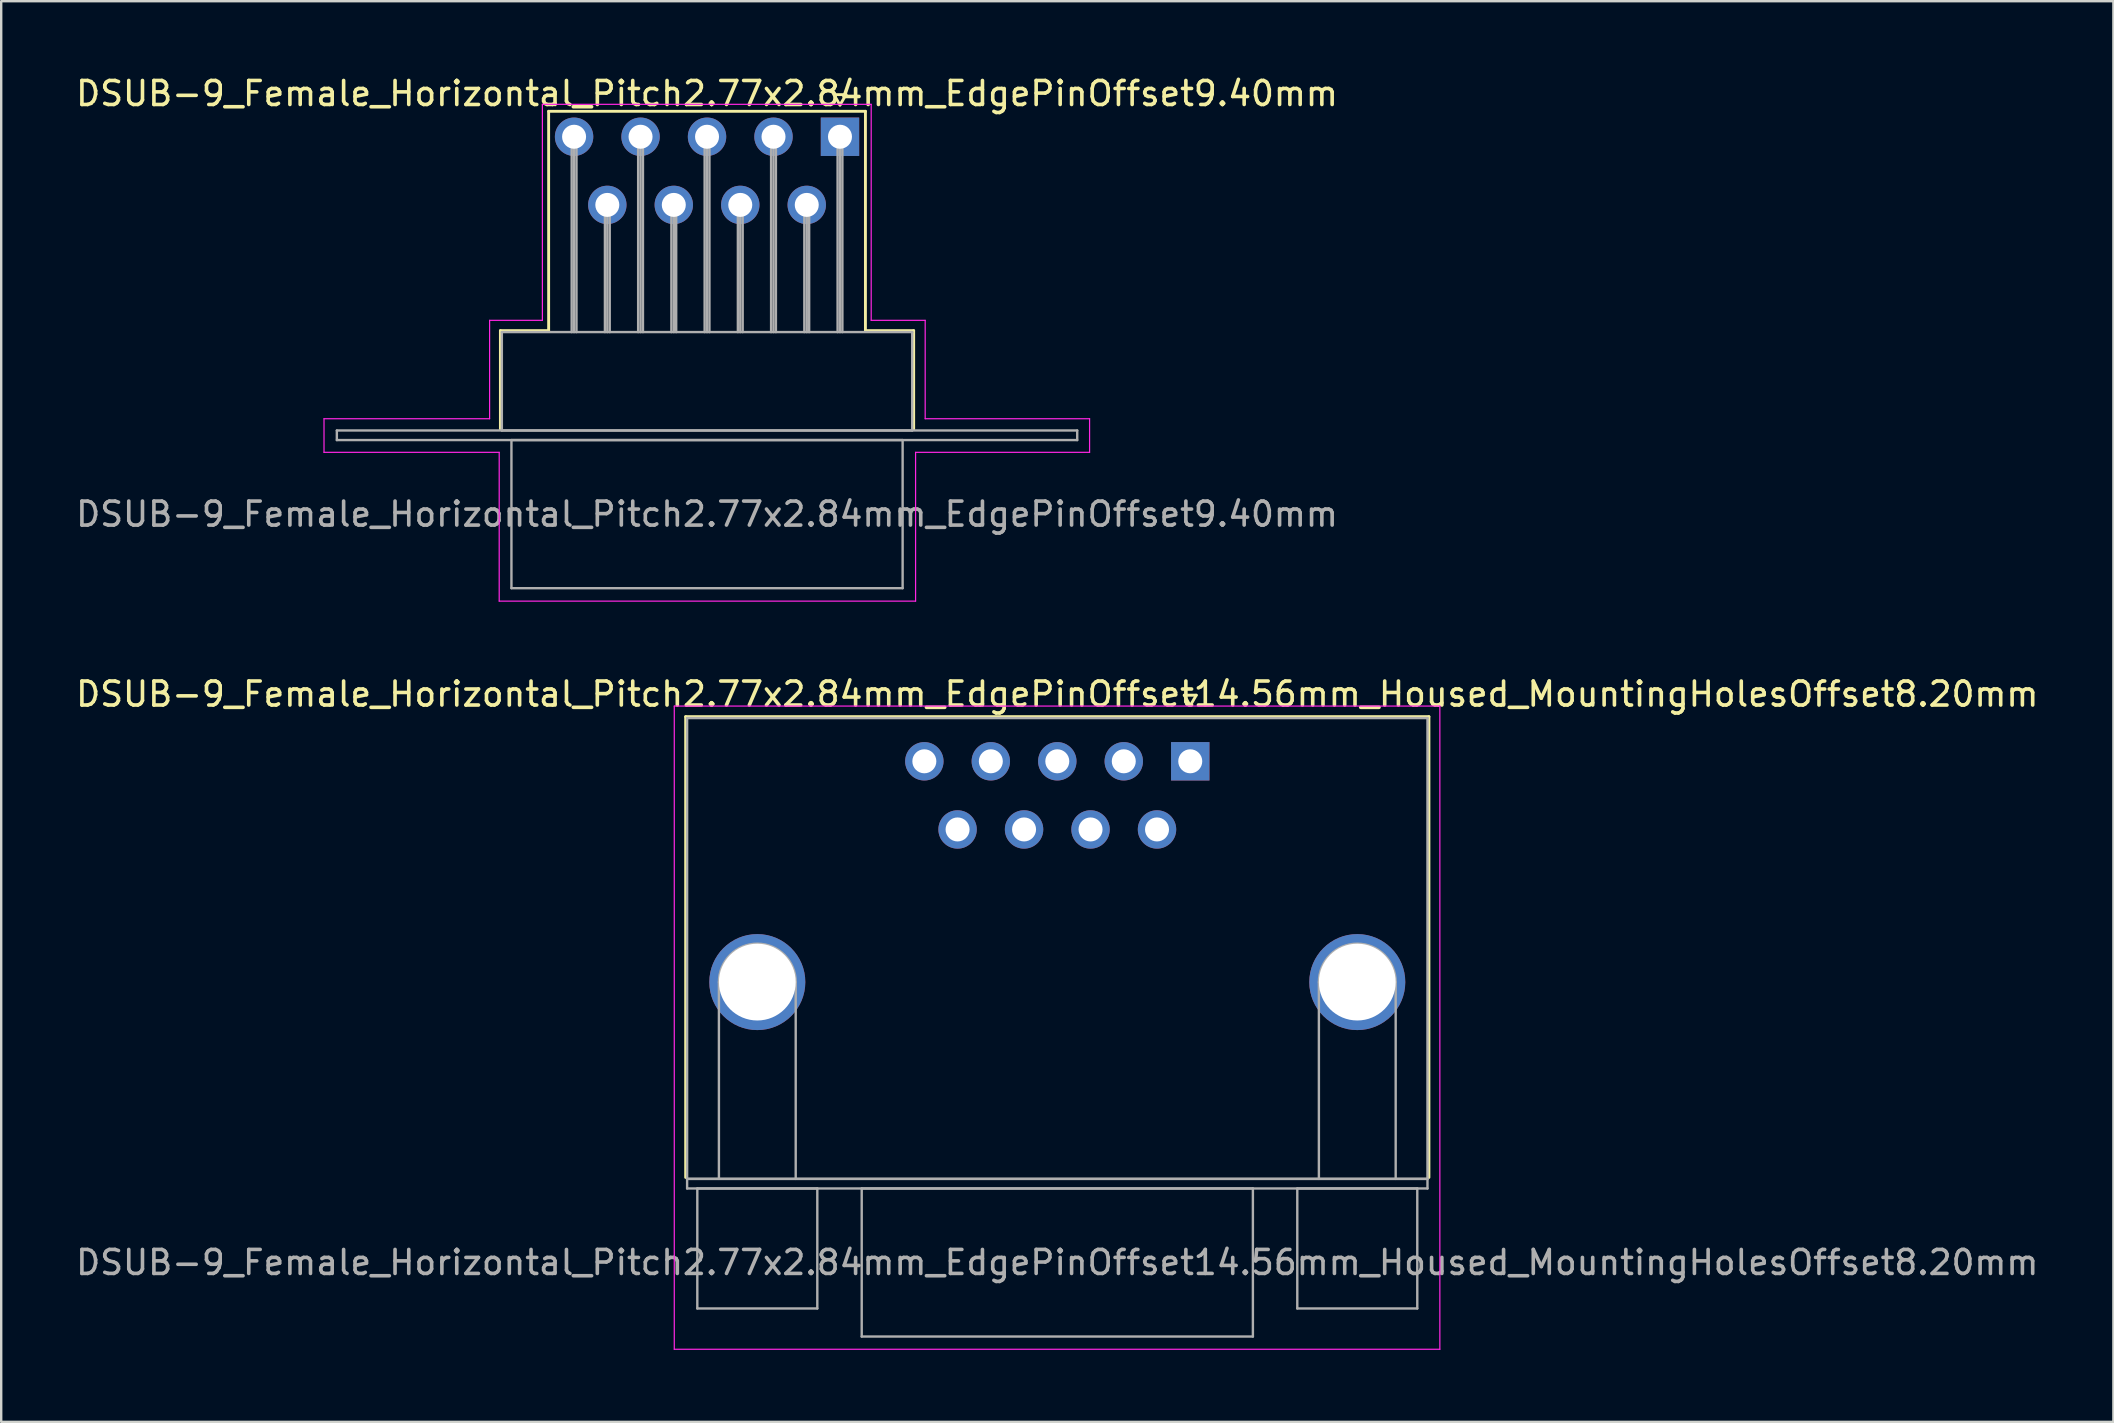
<source format=kicad_pcb>
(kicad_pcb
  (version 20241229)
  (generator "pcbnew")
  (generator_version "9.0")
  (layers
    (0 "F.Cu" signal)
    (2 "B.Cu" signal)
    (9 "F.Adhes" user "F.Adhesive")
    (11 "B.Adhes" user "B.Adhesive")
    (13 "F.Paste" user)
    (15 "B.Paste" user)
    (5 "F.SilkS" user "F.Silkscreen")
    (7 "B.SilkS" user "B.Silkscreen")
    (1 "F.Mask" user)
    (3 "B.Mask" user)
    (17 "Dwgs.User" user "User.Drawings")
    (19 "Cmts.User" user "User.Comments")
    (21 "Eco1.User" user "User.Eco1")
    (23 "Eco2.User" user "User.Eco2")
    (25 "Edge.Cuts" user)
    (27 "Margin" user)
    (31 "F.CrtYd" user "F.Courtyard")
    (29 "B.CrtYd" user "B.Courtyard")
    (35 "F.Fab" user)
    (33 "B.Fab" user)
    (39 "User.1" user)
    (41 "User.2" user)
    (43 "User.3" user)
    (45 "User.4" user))
  (footprint "DSUB-9_Female_Horizontal_Pitch2.77x2.84mm_EdgePinOffset14.56mm_Housed_MountingHolesOffset8.20mm"
    (layer "F.Cu")
    (at 46.546 28.672)
    (property "Reference" "DSUB-9_Female_Horizontal_Pitch2.77x2.84mm_EdgePinOffset14.56mm_Housed_MountingHolesOffset8.20mm" (at -5.54 -2.8 0) (layer "F.SilkS") (effects (font (size 1 1) (thickness 0.15))))
    (attr through_hole)
    (fp_line (start -21.025 -1.86) (end 9.945 -1.86) (stroke (width 0.12) (type solid)) (layer "F.SilkS"))
    (fp_line (start -21.025 17.34) (end -21.025 -1.86) (stroke (width 0.12) (type solid)) (layer "F.SilkS"))
    (fp_line (start -0.25 -2.754) (end 0.25 -2.754) (stroke (width 0.12) (type solid)) (layer "F.SilkS"))
    (fp_line (start 0 -2.321) (end -0.25 -2.754) (stroke (width 0.12) (type solid)) (layer "F.SilkS"))
    (fp_line (start 0.25 -2.754) (end 0 -2.321) (stroke (width 0.12) (type solid)) (layer "F.SilkS"))
    (fp_line (start 9.945 -1.86) (end 9.945 17.34) (stroke (width 0.12) (type solid)) (layer "F.SilkS"))
    (fp_line (start -21.5 -2.3) (end -21.5 24.5) (stroke (width 0.05) (type solid)) (layer "F.CrtYd"))
    (fp_line (start -21.5 24.5) (end 10.4 24.5) (stroke (width 0.05) (type solid)) (layer "F.CrtYd"))
    (fp_line (start 10.4 -2.3) (end -21.5 -2.3) (stroke (width 0.05) (type solid)) (layer "F.CrtYd"))
    (fp_line (start 10.4 24.5) (end 10.4 -2.3) (stroke (width 0.05) (type solid)) (layer "F.CrtYd"))
    (fp_line (start -20.965 -1.8) (end -20.965 17.4) (stroke (width 0.1) (type solid)) (layer "F.Fab"))
    (fp_line (start -20.965 17.4) (end -20.965 17.8) (stroke (width 0.1) (type solid)) (layer "F.Fab"))
    (fp_line (start -20.965 17.4) (end 9.885 17.4) (stroke (width 0.1) (type solid)) (layer "F.Fab"))
    (fp_line (start -20.965 17.8) (end 9.885 17.8) (stroke (width 0.1) (type solid)) (layer "F.Fab"))
    (fp_line (start -20.54 17.8) (end -20.54 22.8) (stroke (width 0.1) (type solid)) (layer "F.Fab"))
    (fp_line (start -20.54 22.8) (end -15.54 22.8) (stroke (width 0.1) (type solid)) (layer "F.Fab"))
    (fp_line (start -19.64 17.4) (end -19.64 9.2) (stroke (width 0.1) (type solid)) (layer "F.Fab"))
    (fp_line (start -16.44 17.4) (end -16.44 9.2) (stroke (width 0.1) (type solid)) (layer "F.Fab"))
    (fp_line (start -15.54 17.8) (end -20.54 17.8) (stroke (width 0.1) (type solid)) (layer "F.Fab"))
    (fp_line (start -15.54 22.8) (end -15.54 17.8) (stroke (width 0.1) (type solid)) (layer "F.Fab"))
    (fp_line (start -13.69 17.8) (end -13.69 23.97) (stroke (width 0.1) (type solid)) (layer "F.Fab"))
    (fp_line (start -13.69 23.97) (end 2.61 23.97) (stroke (width 0.1) (type solid)) (layer "F.Fab"))
    (fp_line (start 2.61 17.8) (end -13.69 17.8) (stroke (width 0.1) (type solid)) (layer "F.Fab"))
    (fp_line (start 2.61 23.97) (end 2.61 17.8) (stroke (width 0.1) (type solid)) (layer "F.Fab"))
    (fp_line (start 4.46 17.8) (end 4.46 22.8) (stroke (width 0.1) (type solid)) (layer "F.Fab"))
    (fp_line (start 4.46 22.8) (end 9.46 22.8) (stroke (width 0.1) (type solid)) (layer "F.Fab"))
    (fp_line (start 5.36 17.4) (end 5.36 9.2) (stroke (width 0.1) (type solid)) (layer "F.Fab"))
    (fp_line (start 8.56 17.4) (end 8.56 9.2) (stroke (width 0.1) (type solid)) (layer "F.Fab"))
    (fp_line (start 9.46 17.8) (end 4.46 17.8) (stroke (width 0.1) (type solid)) (layer "F.Fab"))
    (fp_line (start 9.46 22.8) (end 9.46 17.8) (stroke (width 0.1) (type solid)) (layer "F.Fab"))
    (fp_line (start 9.885 -1.8) (end -20.965 -1.8) (stroke (width 0.1) (type solid)) (layer "F.Fab"))
    (fp_line (start 9.885 17.4) (end -20.965 17.4) (stroke (width 0.1) (type solid)) (layer "F.Fab"))
    (fp_line (start 9.885 17.4) (end 9.885 -1.8) (stroke (width 0.1) (type solid)) (layer "F.Fab"))
    (fp_line (start 9.885 17.8) (end 9.885 17.4) (stroke (width 0.1) (type solid)) (layer "F.Fab"))
    (fp_arc (start -19.64 9.2) (mid -18.04 7.6) (end -16.44 9.2) (stroke (width 0.1) (type solid)) (layer "F.Fab"))
    (fp_arc (start 5.36 9.2) (mid 6.96 7.6) (end 8.56 9.2) (stroke (width 0.1) (type solid)) (layer "F.Fab"))
    (fp_text user "${REFERENCE}" (at -5.54 20.885 0) (layer "F.Fab") (effects (font (size 1 1) (thickness 0.15))))
    (pad "0" thru_hole circle (at -18.04 9.2) (size 4 4) (drill 3.2) (layers "*.Cu" "*.Mask"))
    (pad "0" thru_hole circle (at 6.96 9.2) (size 4 4) (drill 3.2) (layers "*.Cu" "*.Mask"))
    (pad "1" thru_hole rect (at 0 0) (size 1.6 1.6) (drill 1) (layers "*.Cu" "*.Mask"))
    (pad "2" thru_hole circle (at -2.77 0) (size 1.6 1.6) (drill 1) (layers "*.Cu" "*.Mask"))
    (pad "3" thru_hole circle (at -5.54 0) (size 1.6 1.6) (drill 1) (layers "*.Cu" "*.Mask"))
    (pad "4" thru_hole circle (at -8.31 0) (size 1.6 1.6) (drill 1) (layers "*.Cu" "*.Mask"))
    (pad "5" thru_hole circle (at -11.08 0) (size 1.6 1.6) (drill 1) (layers "*.Cu" "*.Mask"))
    (pad "6" thru_hole circle (at -1.385 2.84) (size 1.6 1.6) (drill 1) (layers "*.Cu" "*.Mask"))
    (pad "7" thru_hole circle (at -4.155 2.84) (size 1.6 1.6) (drill 1) (layers "*.Cu" "*.Mask"))
    (pad "8" thru_hole circle (at -6.925 2.84) (size 1.6 1.6) (drill 1) (layers "*.Cu" "*.Mask"))
    (pad "9" thru_hole circle (at -9.695 2.84) (size 1.6 1.6) (drill 1) (layers "*.Cu" "*.Mask")))
  (footprint "DSUB-9_Female_Horizontal_Pitch2.77x2.84mm_EdgePinOffset9.40mm"
    (layer "F.Cu")
    (at 31.951 2.648)
    (property "Reference" "DSUB-9_Female_Horizontal_Pitch2.77x2.84mm_EdgePinOffset9.40mm" (at -5.54 -1.8 0) (layer "F.SilkS") (effects (font (size 1 1) (thickness 0.15))))
    (attr through_hole)
    (fp_line (start -14.15 8.08) (end -12.14 8.08) (stroke (width 0.12) (type solid)) (layer "F.SilkS"))
    (fp_line (start -14.15 12.18) (end -14.15 8.08) (stroke (width 0.12) (type solid)) (layer "F.SilkS"))
    (fp_line (start -12.14 -1.06) (end 1.06 -1.06) (stroke (width 0.12) (type solid)) (layer "F.SilkS"))
    (fp_line (start -12.14 8.08) (end -12.14 -1.06) (stroke (width 0.12) (type solid)) (layer "F.SilkS"))
    (fp_line (start -0.25 -1.754) (end 0.25 -1.754) (stroke (width 0.12) (type solid)) (layer "F.SilkS"))
    (fp_line (start 0 -1.321) (end -0.25 -1.754) (stroke (width 0.12) (type solid)) (layer "F.SilkS"))
    (fp_line (start 0.25 -1.754) (end 0 -1.321) (stroke (width 0.12) (type solid)) (layer "F.SilkS"))
    (fp_line (start 1.06 -1.06) (end 1.06 8.08) (stroke (width 0.12) (type solid)) (layer "F.SilkS"))
    (fp_line (start 1.06 8.08) (end 3.07 8.08) (stroke (width 0.12) (type solid)) (layer "F.SilkS"))
    (fp_line (start 3.07 8.08) (end 3.07 12.18) (stroke (width 0.12) (type solid)) (layer "F.SilkS"))
    (fp_line (start -21.5 11.75) (end -14.6 11.75) (stroke (width 0.05) (type solid)) (layer "F.CrtYd"))
    (fp_line (start -21.5 13.15) (end -21.5 11.75) (stroke (width 0.05) (type solid)) (layer "F.CrtYd"))
    (fp_line (start -14.6 7.65) (end -12.4 7.65) (stroke (width 0.05) (type solid)) (layer "F.CrtYd"))
    (fp_line (start -14.6 11.75) (end -14.6 7.65) (stroke (width 0.05) (type solid)) (layer "F.CrtYd"))
    (fp_line (start -14.2 13.15) (end -21.5 13.15) (stroke (width 0.05) (type solid)) (layer "F.CrtYd"))
    (fp_line (start -14.2 19.35) (end -14.2 13.15) (stroke (width 0.05) (type solid)) (layer "F.CrtYd"))
    (fp_line (start -12.4 -1.35) (end 1.3 -1.35) (stroke (width 0.05) (type solid)) (layer "F.CrtYd"))
    (fp_line (start -12.4 7.65) (end -12.4 -1.35) (stroke (width 0.05) (type solid)) (layer "F.CrtYd"))
    (fp_line (start 1.3 -1.35) (end 1.3 7.65) (stroke (width 0.05) (type solid)) (layer "F.CrtYd"))
    (fp_line (start 1.3 7.65) (end 3.55 7.65) (stroke (width 0.05) (type solid)) (layer "F.CrtYd"))
    (fp_line (start 3.15 13.15) (end 3.15 19.35) (stroke (width 0.05) (type solid)) (layer "F.CrtYd"))
    (fp_line (start 3.15 19.35) (end -14.2 19.35) (stroke (width 0.05) (type solid)) (layer "F.CrtYd"))
    (fp_line (start 3.55 7.65) (end 3.55 11.75) (stroke (width 0.05) (type solid)) (layer "F.CrtYd"))
    (fp_line (start 3.55 11.75) (end 10.4 11.75) (stroke (width 0.05) (type solid)) (layer "F.CrtYd"))
    (fp_line (start 10.4 11.75) (end 10.4 13.15) (stroke (width 0.05) (type solid)) (layer "F.CrtYd"))
    (fp_line (start 10.4 13.15) (end 3.15 13.15) (stroke (width 0.05) (type solid)) (layer "F.CrtYd"))
    (fp_line (start -20.965 12.24) (end -20.965 12.64) (stroke (width 0.1) (type solid)) (layer "F.Fab"))
    (fp_line (start -20.965 12.64) (end 9.885 12.64) (stroke (width 0.1) (type solid)) (layer "F.Fab"))
    (fp_line (start -14.09 8.14) (end -14.09 12.24) (stroke (width 0.1) (type solid)) (layer "F.Fab"))
    (fp_line (start -14.09 12.24) (end 3.01 12.24) (stroke (width 0.1) (type solid)) (layer "F.Fab"))
    (fp_line (start -13.69 12.64) (end -13.69 18.81) (stroke (width 0.1) (type solid)) (layer "F.Fab"))
    (fp_line (start -13.69 18.81) (end 2.61 18.81) (stroke (width 0.1) (type solid)) (layer "F.Fab"))
    (fp_line (start -11.18 0) (end -11.18 8.14) (stroke (width 0.1) (type solid)) (layer "F.Fab"))
    (fp_line (start -11.08 0) (end -11.08 8.14) (stroke (width 0.1) (type solid)) (layer "F.Fab"))
    (fp_line (start -10.98 0) (end -10.98 8.14) (stroke (width 0.1) (type solid)) (layer "F.Fab"))
    (fp_line (start -9.795 2.84) (end -9.795 8.14) (stroke (width 0.1) (type solid)) (layer "F.Fab"))
    (fp_line (start -9.695 2.84) (end -9.695 8.14) (stroke (width 0.1) (type solid)) (layer "F.Fab"))
    (fp_line (start -9.595 2.84) (end -9.595 8.14) (stroke (width 0.1) (type solid)) (layer "F.Fab"))
    (fp_line (start -8.41 0) (end -8.41 8.14) (stroke (width 0.1) (type solid)) (layer "F.Fab"))
    (fp_line (start -8.31 0) (end -8.31 8.14) (stroke (width 0.1) (type solid)) (layer "F.Fab"))
    (fp_line (start -8.21 0) (end -8.21 8.14) (stroke (width 0.1) (type solid)) (layer "F.Fab"))
    (fp_line (start -7.025 2.84) (end -7.025 8.14) (stroke (width 0.1) (type solid)) (layer "F.Fab"))
    (fp_line (start -6.925 2.84) (end -6.925 8.14) (stroke (width 0.1) (type solid)) (layer "F.Fab"))
    (fp_line (start -6.825 2.84) (end -6.825 8.14) (stroke (width 0.1) (type solid)) (layer "F.Fab"))
    (fp_line (start -5.64 0) (end -5.64 8.14) (stroke (width 0.1) (type solid)) (layer "F.Fab"))
    (fp_line (start -5.54 0) (end -5.54 8.14) (stroke (width 0.1) (type solid)) (layer "F.Fab"))
    (fp_line (start -5.44 0) (end -5.44 8.14) (stroke (width 0.1) (type solid)) (layer "F.Fab"))
    (fp_line (start -4.255 2.84) (end -4.255 8.14) (stroke (width 0.1) (type solid)) (layer "F.Fab"))
    (fp_line (start -4.155 2.84) (end -4.155 8.14) (stroke (width 0.1) (type solid)) (layer "F.Fab"))
    (fp_line (start -4.055 2.84) (end -4.055 8.14) (stroke (width 0.1) (type solid)) (layer "F.Fab"))
    (fp_line (start -2.87 0) (end -2.87 8.14) (stroke (width 0.1) (type solid)) (layer "F.Fab"))
    (fp_line (start -2.77 0) (end -2.77 8.14) (stroke (width 0.1) (type solid)) (layer "F.Fab"))
    (fp_line (start -2.67 0) (end -2.67 8.14) (stroke (width 0.1) (type solid)) (layer "F.Fab"))
    (fp_line (start -1.485 2.84) (end -1.485 8.14) (stroke (width 0.1) (type solid)) (layer "F.Fab"))
    (fp_line (start -1.385 2.84) (end -1.385 8.14) (stroke (width 0.1) (type solid)) (layer "F.Fab"))
    (fp_line (start -1.285 2.84) (end -1.285 8.14) (stroke (width 0.1) (type solid)) (layer "F.Fab"))
    (fp_line (start -0.1 0) (end -0.1 8.14) (stroke (width 0.1) (type solid)) (layer "F.Fab"))
    (fp_line (start 0 0) (end 0 8.14) (stroke (width 0.1) (type solid)) (layer "F.Fab"))
    (fp_line (start 0.1 0) (end 0.1 8.14) (stroke (width 0.1) (type solid)) (layer "F.Fab"))
    (fp_line (start 2.61 12.64) (end -13.69 12.64) (stroke (width 0.1) (type solid)) (layer "F.Fab"))
    (fp_line (start 2.61 18.81) (end 2.61 12.64) (stroke (width 0.1) (type solid)) (layer "F.Fab"))
    (fp_line (start 3.01 8.14) (end -14.09 8.14) (stroke (width 0.1) (type solid)) (layer "F.Fab"))
    (fp_line (start 3.01 12.24) (end 3.01 8.14) (stroke (width 0.1) (type solid)) (layer "F.Fab"))
    (fp_line (start 9.885 12.24) (end -20.965 12.24) (stroke (width 0.1) (type solid)) (layer "F.Fab"))
    (fp_line (start 9.885 12.64) (end 9.885 12.24) (stroke (width 0.1) (type solid)) (layer "F.Fab"))
    (fp_text user "${REFERENCE}" (at -5.54 15.725 0) (layer "F.Fab") (effects (font (size 1 1) (thickness 0.15))))
    (pad "1" thru_hole rect (at 0 0) (size 1.6 1.6) (drill 1) (layers "*.Cu" "*.Mask"))
    (pad "2" thru_hole circle (at -2.77 0) (size 1.6 1.6) (drill 1) (layers "*.Cu" "*.Mask"))
    (pad "3" thru_hole circle (at -5.54 0) (size 1.6 1.6) (drill 1) (layers "*.Cu" "*.Mask"))
    (pad "4" thru_hole circle (at -8.31 0) (size 1.6 1.6) (drill 1) (layers "*.Cu" "*.Mask"))
    (pad "5" thru_hole circle (at -11.08 0) (size 1.6 1.6) (drill 1) (layers "*.Cu" "*.Mask"))
    (pad "6" thru_hole circle (at -1.385 2.84) (size 1.6 1.6) (drill 1) (layers "*.Cu" "*.Mask"))
    (pad "7" thru_hole circle (at -4.155 2.84) (size 1.6 1.6) (drill 1) (layers "*.Cu" "*.Mask"))
    (pad "8" thru_hole circle (at -6.925 2.84) (size 1.6 1.6) (drill 1) (layers "*.Cu" "*.Mask"))
    (pad "9" thru_hole circle (at -9.695 2.84) (size 1.6 1.6) (drill 1) (layers "*.Cu" "*.Mask")))
  (gr_rect
    (start -3 -3)
    (end 85.012 56.197)
    (stroke (width 0.1) (type default))
    (fill no)
    (layer "Edge.Cuts")))
</source>
